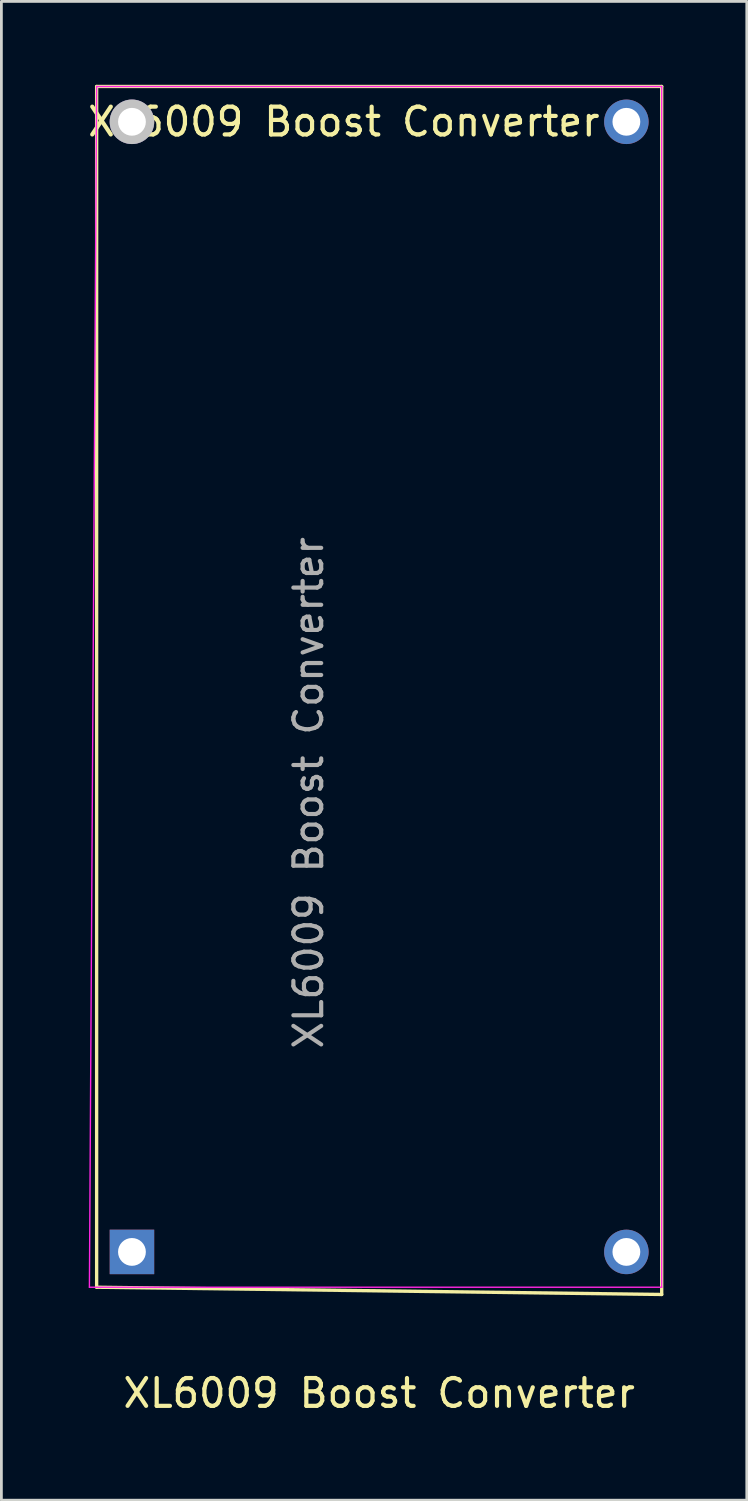
<source format=kicad_pcb>
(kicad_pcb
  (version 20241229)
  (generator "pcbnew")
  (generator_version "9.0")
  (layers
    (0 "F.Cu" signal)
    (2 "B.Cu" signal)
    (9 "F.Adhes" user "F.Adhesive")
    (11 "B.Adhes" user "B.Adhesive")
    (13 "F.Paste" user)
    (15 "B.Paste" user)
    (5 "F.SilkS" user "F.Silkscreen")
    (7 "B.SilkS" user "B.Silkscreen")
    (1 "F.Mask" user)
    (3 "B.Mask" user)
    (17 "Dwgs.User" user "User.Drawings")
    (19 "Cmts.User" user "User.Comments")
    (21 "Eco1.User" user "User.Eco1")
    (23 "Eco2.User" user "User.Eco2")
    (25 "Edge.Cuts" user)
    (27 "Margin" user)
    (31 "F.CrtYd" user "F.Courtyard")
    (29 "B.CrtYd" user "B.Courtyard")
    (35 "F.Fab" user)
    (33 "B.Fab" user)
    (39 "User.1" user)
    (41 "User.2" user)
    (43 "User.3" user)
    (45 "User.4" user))
  (footprint "XL6009 Boost Converter"
    (layer "F.Cu")
    (at 1.695 6.41)
    (property "Reference" "XL6009 Boost Converter" (at 7.62 -5.08 0) (layer "F.SilkS") (effects (font (size 1 1) (thickness 0.15))))
    (attr through_hole)
    (fp_line (start -1.27 -6.35) (end -1.27 36.83) (stroke (width 0.12) (type solid)) (layer "F.SilkS"))
    (fp_line (start 19.05 -6.35) (end -1.27 -6.35) (stroke (width 0.12) (type solid)) (layer "F.SilkS"))
    (fp_line (start 19.05 37.09) (end -1.27 36.83) (stroke (width 0.12) (type solid)) (layer "F.SilkS"))
    (fp_line (start 19.05 37.09) (end 19.05 -6.35) (stroke (width 0.12) (type solid)) (layer "F.SilkS"))
    (fp_line (start -1.27 -6.35) (end -1.53 36.83) (stroke (width 0.05) (type solid)) (layer "F.CrtYd"))
    (fp_line (start -1.27 -6.35) (end 19.05 -6.35) (stroke (width 0.05) (type solid)) (layer "F.CrtYd"))
    (fp_line (start 19.05 36.83) (end -1.53 36.83) (stroke (width 0.05) (type solid)) (layer "F.CrtYd"))
    (fp_line (start 19.05 36.83) (end 19.05 -6.35) (stroke (width 0.05) (type solid)) (layer "F.CrtYd"))
    (fp_text user "XL6009 Boost Converter" (at 8.89 40.64 0) (unlocked yes) (layer "F.SilkS") (effects (font (size 1 1) (thickness 0.15))))
    (fp_text user "${REFERENCE}" (at 6.35 19.05 90) (layer "F.Fab") (effects (font (size 1 1) (thickness 0.15))))
    (pad "1" thru_hole rect (at 0 35.56) (size 1.6 1.6) (drill 1) (layers "*.Cu" "*.Mask"))
    (pad "2" thru_hole oval (at 17.78 -5.08) (size 1.6 1.6) (drill 1) (layers "*.Cu" "*.Mask"))
    (pad "2" thru_hole oval (at 17.78 35.56) (size 1.6 1.6) (drill 1) (layers "*.Cu" "*.Mask"))
    (pad "3" thru_hole circle (at 0 -5.08) (size 1.6 1.6) (drill 1) (layers "*.Cu" "*.Mask" "Dwgs.User")))
  (gr_rect
    (start -3 -3)
    (end 23.805 50.898)
    (stroke (width 0.1) (type default))
    (fill no)
    (layer "Edge.Cuts")))
</source>
